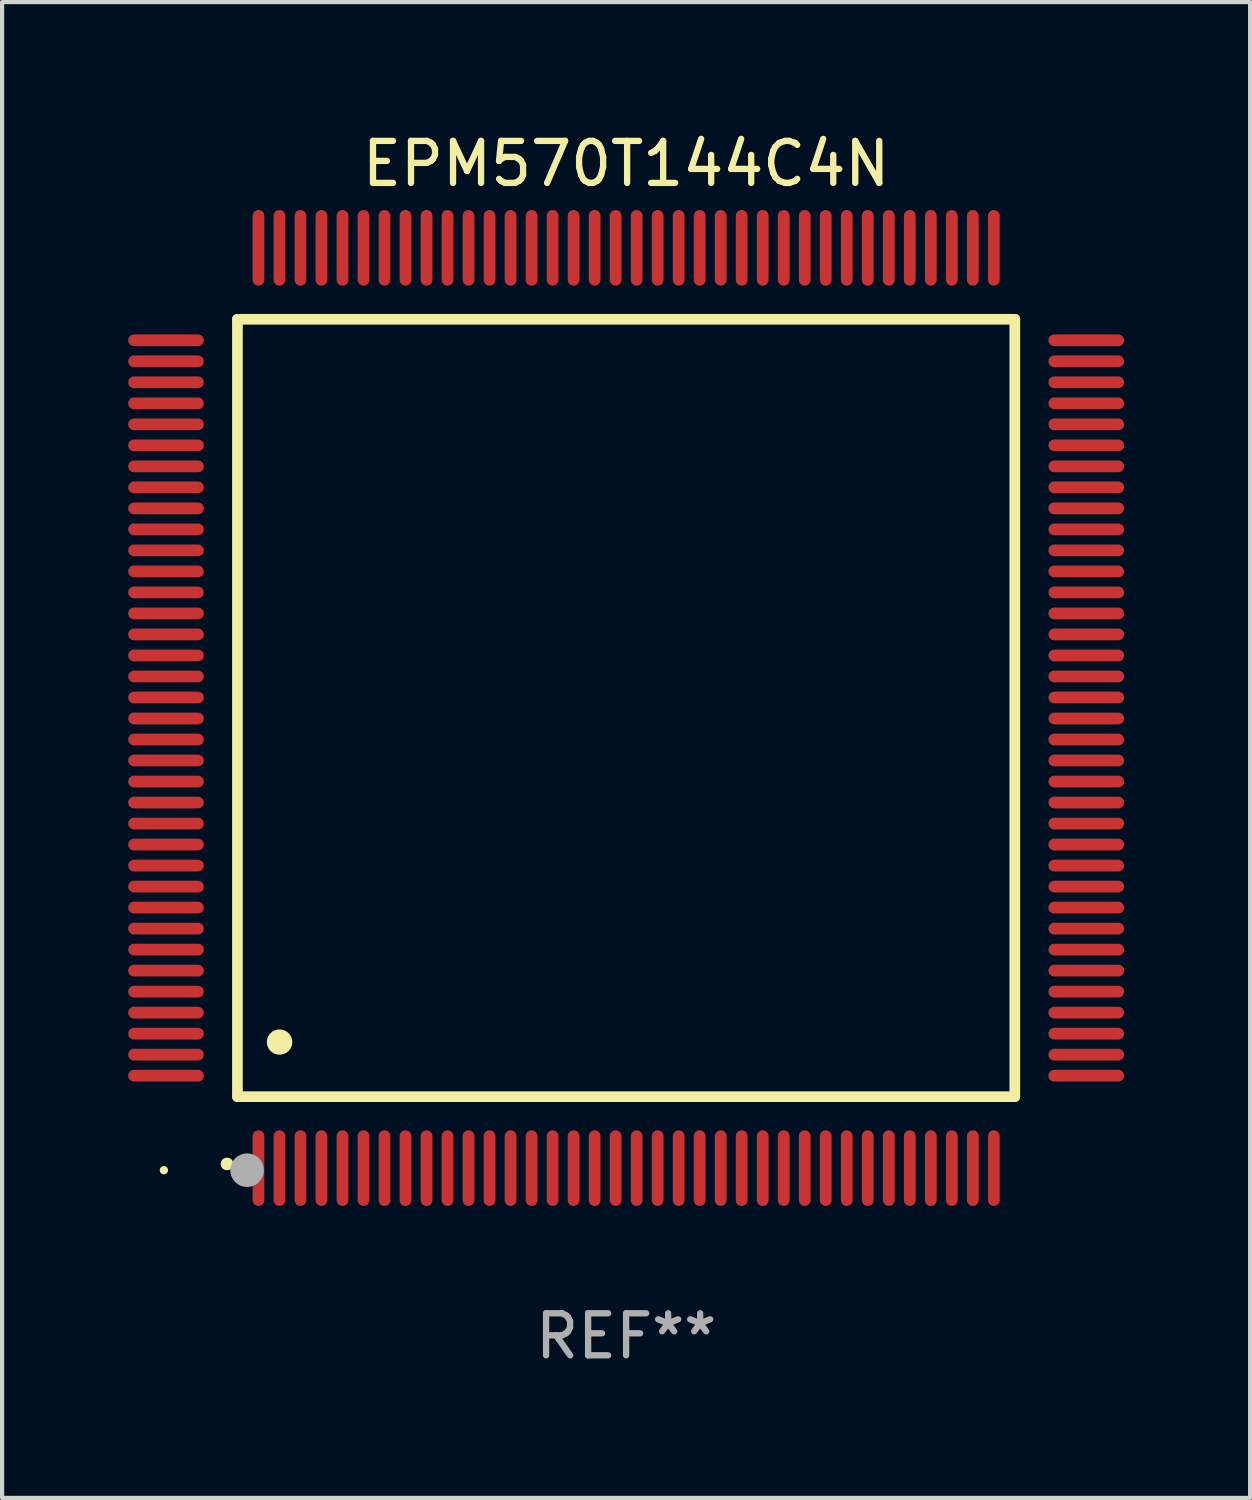
<source format=kicad_pcb>
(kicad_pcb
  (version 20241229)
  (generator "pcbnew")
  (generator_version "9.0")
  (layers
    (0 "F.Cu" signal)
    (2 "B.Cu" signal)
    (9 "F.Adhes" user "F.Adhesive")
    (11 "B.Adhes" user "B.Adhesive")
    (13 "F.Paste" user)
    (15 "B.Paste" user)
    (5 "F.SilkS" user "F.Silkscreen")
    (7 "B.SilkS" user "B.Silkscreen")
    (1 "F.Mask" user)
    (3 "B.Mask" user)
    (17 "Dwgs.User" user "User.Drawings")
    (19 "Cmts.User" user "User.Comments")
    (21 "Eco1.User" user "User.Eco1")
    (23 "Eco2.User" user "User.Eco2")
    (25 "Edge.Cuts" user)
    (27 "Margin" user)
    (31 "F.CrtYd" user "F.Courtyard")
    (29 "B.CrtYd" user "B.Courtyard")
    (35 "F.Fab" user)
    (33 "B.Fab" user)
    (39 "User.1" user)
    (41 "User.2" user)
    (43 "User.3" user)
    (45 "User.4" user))
  (footprint "EPM570T144C4N"
    (layer "F.Cu")
    (at 11.85 13.798)
    (property "Reference" "EPM570T144C4N" (at 0 -12.95 0) (layer "F.SilkS") (effects (font (size 1 1) (thickness 0.15))))
    (attr through_hole)
    (fp_line (start -9.25 -9.25) (end -9.25 9.25) (stroke (width 0.254) (type solid)) (layer "F.SilkS"))
    (fp_line (start -9.25 9.25) (end 9.25 9.25) (stroke (width 0.254) (type solid)) (layer "F.SilkS"))
    (fp_line (start 9.25 -9.25) (end -9.25 -9.25) (stroke (width 0.254) (type solid)) (layer "F.SilkS"))
    (fp_line (start 9.25 9.25) (end 9.25 -9.25) (stroke (width 0.254) (type solid)) (layer "F.SilkS"))
    (fp_arc (start -9.499619 10.850902) (mid -9.498349 10.850897) (end -9.497079 10.850902) (stroke (width 0.3) (type solid)) (layer "F.SilkS"))
    (fp_arc (start -8.249936 7.950216) (mid -8.247396 7.950205) (end -8.244856 7.950216) (stroke (width 0.6) (type solid)) (layer "F.SilkS"))
    (fp_circle (center -11 11) (end -10.95 11) (stroke (width 0.1) (type solid)) (fill no) (layer "F.SilkS"))
    (fp_circle (center -9.02 11) (end -8.82 11) (stroke (width 0.4) (type solid)) (fill no) (layer "F.Fab"))
    (fp_text user "REF**" (at 0 14.95 0) (layer "F.Fab") (effects (font (size 1 1) (thickness 0.15))))
    (pad "1" smd oval (at -8.75 10.95) (size 0.28 1.8) (layers "F.Cu" "F.Mask" "F.Paste"))
    (pad "2" smd oval (at -8.25 10.95) (size 0.28 1.8) (layers "F.Cu" "F.Mask" "F.Paste"))
    (pad "3" smd oval (at -7.75 10.95) (size 0.28 1.8) (layers "F.Cu" "F.Mask" "F.Paste"))
    (pad "4" smd oval (at -7.25 10.95) (size 0.28 1.8) (layers "F.Cu" "F.Mask" "F.Paste"))
    (pad "5" smd oval (at -6.75 10.95) (size 0.28 1.8) (layers "F.Cu" "F.Mask" "F.Paste"))
    (pad "6" smd oval (at -6.25 10.95) (size 0.28 1.8) (layers "F.Cu" "F.Mask" "F.Paste"))
    (pad "7" smd oval (at -5.75 10.95) (size 0.28 1.8) (layers "F.Cu" "F.Mask" "F.Paste"))
    (pad "8" smd oval (at -5.25 10.95) (size 0.28 1.8) (layers "F.Cu" "F.Mask" "F.Paste"))
    (pad "9" smd oval (at -4.75 10.95) (size 0.28 1.8) (layers "F.Cu" "F.Mask" "F.Paste"))
    (pad "10" smd oval (at -4.25 10.95) (size 0.28 1.8) (layers "F.Cu" "F.Mask" "F.Paste"))
    (pad "11" smd oval (at -3.75 10.95) (size 0.28 1.8) (layers "F.Cu" "F.Mask" "F.Paste"))
    (pad "12" smd oval (at -3.25 10.95) (size 0.28 1.8) (layers "F.Cu" "F.Mask" "F.Paste"))
    (pad "13" smd oval (at -2.75 10.95) (size 0.28 1.8) (layers "F.Cu" "F.Mask" "F.Paste"))
    (pad "14" smd oval (at -2.25 10.95) (size 0.28 1.8) (layers "F.Cu" "F.Mask" "F.Paste"))
    (pad "15" smd oval (at -1.75 10.95) (size 0.28 1.8) (layers "F.Cu" "F.Mask" "F.Paste"))
    (pad "16" smd oval (at -1.25 10.95) (size 0.28 1.8) (layers "F.Cu" "F.Mask" "F.Paste"))
    (pad "17" smd oval (at -0.75 10.95) (size 0.28 1.8) (layers "F.Cu" "F.Mask" "F.Paste"))
    (pad "18" smd oval (at -0.25 10.95) (size 0.28 1.8) (layers "F.Cu" "F.Mask" "F.Paste"))
    (pad "19" smd oval (at 0.25 10.95) (size 0.28 1.8) (layers "F.Cu" "F.Mask" "F.Paste"))
    (pad "20" smd oval (at 0.75 10.95) (size 0.28 1.8) (layers "F.Cu" "F.Mask" "F.Paste"))
    (pad "21" smd oval (at 1.25 10.95) (size 0.28 1.8) (layers "F.Cu" "F.Mask" "F.Paste"))
    (pad "22" smd oval (at 1.75 10.95) (size 0.28 1.8) (layers "F.Cu" "F.Mask" "F.Paste"))
    (pad "23" smd oval (at 2.25 10.95) (size 0.28 1.8) (layers "F.Cu" "F.Mask" "F.Paste"))
    (pad "24" smd oval (at 2.75 10.95) (size 0.28 1.8) (layers "F.Cu" "F.Mask" "F.Paste"))
    (pad "25" smd oval (at 3.25 10.95) (size 0.28 1.8) (layers "F.Cu" "F.Mask" "F.Paste"))
    (pad "26" smd oval (at 3.75 10.95) (size 0.28 1.8) (layers "F.Cu" "F.Mask" "F.Paste"))
    (pad "27" smd oval (at 4.25 10.95) (size 0.28 1.8) (layers "F.Cu" "F.Mask" "F.Paste"))
    (pad "28" smd oval (at 4.75 10.95) (size 0.28 1.8) (layers "F.Cu" "F.Mask" "F.Paste"))
    (pad "29" smd oval (at 5.25 10.95) (size 0.28 1.8) (layers "F.Cu" "F.Mask" "F.Paste"))
    (pad "30" smd oval (at 5.75 10.95) (size 0.28 1.8) (layers "F.Cu" "F.Mask" "F.Paste"))
    (pad "31" smd oval (at 6.25 10.95) (size 0.28 1.8) (layers "F.Cu" "F.Mask" "F.Paste"))
    (pad "32" smd oval (at 6.75 10.95) (size 0.28 1.8) (layers "F.Cu" "F.Mask" "F.Paste"))
    (pad "33" smd oval (at 7.25 10.95) (size 0.28 1.8) (layers "F.Cu" "F.Mask" "F.Paste"))
    (pad "34" smd oval (at 7.75 10.95) (size 0.28 1.8) (layers "F.Cu" "F.Mask" "F.Paste"))
    (pad "35" smd oval (at 8.25 10.95) (size 0.28 1.8) (layers "F.Cu" "F.Mask" "F.Paste"))
    (pad "36" smd oval (at 8.75 10.95) (size 0.28 1.8) (layers "F.Cu" "F.Mask" "F.Paste"))
    (pad "37" smd oval (at 10.95 8.75) (size 1.8 0.28) (layers "F.Cu" "F.Mask" "F.Paste"))
    (pad "38" smd oval (at 10.95 8.25) (size 1.8 0.28) (layers "F.Cu" "F.Mask" "F.Paste"))
    (pad "39" smd oval (at 10.95 7.75) (size 1.8 0.28) (layers "F.Cu" "F.Mask" "F.Paste"))
    (pad "40" smd oval (at 10.95 7.25) (size 1.8 0.28) (layers "F.Cu" "F.Mask" "F.Paste"))
    (pad "41" smd oval (at 10.95 6.75) (size 1.8 0.28) (layers "F.Cu" "F.Mask" "F.Paste"))
    (pad "42" smd oval (at 10.95 6.25) (size 1.8 0.28) (layers "F.Cu" "F.Mask" "F.Paste"))
    (pad "43" smd oval (at 10.95 5.75) (size 1.8 0.28) (layers "F.Cu" "F.Mask" "F.Paste"))
    (pad "44" smd oval (at 10.95 5.25) (size 1.8 0.28) (layers "F.Cu" "F.Mask" "F.Paste"))
    (pad "45" smd oval (at 10.95 4.75) (size 1.8 0.28) (layers "F.Cu" "F.Mask" "F.Paste"))
    (pad "46" smd oval (at 10.95 4.25) (size 1.8 0.28) (layers "F.Cu" "F.Mask" "F.Paste"))
    (pad "47" smd oval (at 10.95 3.75) (size 1.8 0.28) (layers "F.Cu" "F.Mask" "F.Paste"))
    (pad "48" smd oval (at 10.95 3.25) (size 1.8 0.28) (layers "F.Cu" "F.Mask" "F.Paste"))
    (pad "49" smd oval (at 10.95 2.75) (size 1.8 0.28) (layers "F.Cu" "F.Mask" "F.Paste"))
    (pad "50" smd oval (at 10.95 2.25) (size 1.8 0.28) (layers "F.Cu" "F.Mask" "F.Paste"))
    (pad "51" smd oval (at 10.95 1.75) (size 1.8 0.28) (layers "F.Cu" "F.Mask" "F.Paste"))
    (pad "52" smd oval (at 10.95 1.25) (size 1.8 0.28) (layers "F.Cu" "F.Mask" "F.Paste"))
    (pad "53" smd oval (at 10.95 0.75) (size 1.8 0.28) (layers "F.Cu" "F.Mask" "F.Paste"))
    (pad "54" smd oval (at 10.95 0.25) (size 1.8 0.28) (layers "F.Cu" "F.Mask" "F.Paste"))
    (pad "55" smd oval (at 10.95 -0.25) (size 1.8 0.28) (layers "F.Cu" "F.Mask" "F.Paste"))
    (pad "56" smd oval (at 10.95 -0.75) (size 1.8 0.28) (layers "F.Cu" "F.Mask" "F.Paste"))
    (pad "57" smd oval (at 10.95 -1.25) (size 1.8 0.28) (layers "F.Cu" "F.Mask" "F.Paste"))
    (pad "58" smd oval (at 10.95 -1.75) (size 1.8 0.28) (layers "F.Cu" "F.Mask" "F.Paste"))
    (pad "59" smd oval (at 10.95 -2.25) (size 1.8 0.28) (layers "F.Cu" "F.Mask" "F.Paste"))
    (pad "60" smd oval (at 10.95 -2.75) (size 1.8 0.28) (layers "F.Cu" "F.Mask" "F.Paste"))
    (pad "61" smd oval (at 10.95 -3.25) (size 1.8 0.28) (layers "F.Cu" "F.Mask" "F.Paste"))
    (pad "62" smd oval (at 10.95 -3.75) (size 1.8 0.28) (layers "F.Cu" "F.Mask" "F.Paste"))
    (pad "63" smd oval (at 10.95 -4.25) (size 1.8 0.28) (layers "F.Cu" "F.Mask" "F.Paste"))
    (pad "64" smd oval (at 10.95 -4.75) (size 1.8 0.28) (layers "F.Cu" "F.Mask" "F.Paste"))
    (pad "65" smd oval (at 10.95 -5.25) (size 1.8 0.28) (layers "F.Cu" "F.Mask" "F.Paste"))
    (pad "66" smd oval (at 10.95 -5.75) (size 1.8 0.28) (layers "F.Cu" "F.Mask" "F.Paste"))
    (pad "67" smd oval (at 10.95 -6.25) (size 1.8 0.28) (layers "F.Cu" "F.Mask" "F.Paste"))
    (pad "68" smd oval (at 10.95 -6.75) (size 1.8 0.28) (layers "F.Cu" "F.Mask" "F.Paste"))
    (pad "69" smd oval (at 10.95 -7.25) (size 1.8 0.28) (layers "F.Cu" "F.Mask" "F.Paste"))
    (pad "70" smd oval (at 10.95 -7.75) (size 1.8 0.28) (layers "F.Cu" "F.Mask" "F.Paste"))
    (pad "71" smd oval (at 10.95 -8.25) (size 1.8 0.28) (layers "F.Cu" "F.Mask" "F.Paste"))
    (pad "72" smd oval (at 10.95 -8.75) (size 1.8 0.28) (layers "F.Cu" "F.Mask" "F.Paste"))
    (pad "73" smd oval (at 8.75 -10.95) (size 0.28 1.8) (layers "F.Cu" "F.Mask" "F.Paste"))
    (pad "74" smd oval (at 8.25 -10.95) (size 0.28 1.8) (layers "F.Cu" "F.Mask" "F.Paste"))
    (pad "75" smd oval (at 7.75 -10.95) (size 0.28 1.8) (layers "F.Cu" "F.Mask" "F.Paste"))
    (pad "76" smd oval (at 7.25 -10.95) (size 0.28 1.8) (layers "F.Cu" "F.Mask" "F.Paste"))
    (pad "77" smd oval (at 6.75 -10.95) (size 0.28 1.8) (layers "F.Cu" "F.Mask" "F.Paste"))
    (pad "78" smd oval (at 6.25 -10.95) (size 0.28 1.8) (layers "F.Cu" "F.Mask" "F.Paste"))
    (pad "79" smd oval (at 5.75 -10.95) (size 0.28 1.8) (layers "F.Cu" "F.Mask" "F.Paste"))
    (pad "80" smd oval (at 5.25 -10.95) (size 0.28 1.8) (layers "F.Cu" "F.Mask" "F.Paste"))
    (pad "81" smd oval (at 4.75 -10.95) (size 0.28 1.8) (layers "F.Cu" "F.Mask" "F.Paste"))
    (pad "82" smd oval (at 4.25 -10.95) (size 0.28 1.8) (layers "F.Cu" "F.Mask" "F.Paste"))
    (pad "83" smd oval (at 3.75 -10.95) (size 0.28 1.8) (layers "F.Cu" "F.Mask" "F.Paste"))
    (pad "84" smd oval (at 3.25 -10.95) (size 0.28 1.8) (layers "F.Cu" "F.Mask" "F.Paste"))
    (pad "85" smd oval (at 2.75 -10.95) (size 0.28 1.8) (layers "F.Cu" "F.Mask" "F.Paste"))
    (pad "86" smd oval (at 2.25 -10.95) (size 0.28 1.8) (layers "F.Cu" "F.Mask" "F.Paste"))
    (pad "87" smd oval (at 1.75 -10.95) (size 0.28 1.8) (layers "F.Cu" "F.Mask" "F.Paste"))
    (pad "88" smd oval (at 1.25 -10.95) (size 0.28 1.8) (layers "F.Cu" "F.Mask" "F.Paste"))
    (pad "89" smd oval (at 0.75 -10.95) (size 0.28 1.8) (layers "F.Cu" "F.Mask" "F.Paste"))
    (pad "90" smd oval (at 0.25 -10.95) (size 0.28 1.8) (layers "F.Cu" "F.Mask" "F.Paste"))
    (pad "91" smd oval (at -0.25 -10.95) (size 0.28 1.8) (layers "F.Cu" "F.Mask" "F.Paste"))
    (pad "92" smd oval (at -0.75 -10.95) (size 0.28 1.8) (layers "F.Cu" "F.Mask" "F.Paste"))
    (pad "93" smd oval (at -1.25 -10.95) (size 0.28 1.8) (layers "F.Cu" "F.Mask" "F.Paste"))
    (pad "94" smd oval (at -1.75 -10.95) (size 0.28 1.8) (layers "F.Cu" "F.Mask" "F.Paste"))
    (pad "95" smd oval (at -2.25 -10.95) (size 0.28 1.8) (layers "F.Cu" "F.Mask" "F.Paste"))
    (pad "96" smd oval (at -2.75 -10.95) (size 0.28 1.8) (layers "F.Cu" "F.Mask" "F.Paste"))
    (pad "97" smd oval (at -3.25 -10.95) (size 0.28 1.8) (layers "F.Cu" "F.Mask" "F.Paste"))
    (pad "98" smd oval (at -3.75 -10.95) (size 0.28 1.8) (layers "F.Cu" "F.Mask" "F.Paste"))
    (pad "99" smd oval (at -4.25 -10.95) (size 0.28 1.8) (layers "F.Cu" "F.Mask" "F.Paste"))
    (pad "100" smd oval (at -4.75 -10.95) (size 0.28 1.8) (layers "F.Cu" "F.Mask" "F.Paste"))
    (pad "101" smd oval (at -5.25 -10.95) (size 0.28 1.8) (layers "F.Cu" "F.Mask" "F.Paste"))
    (pad "102" smd oval (at -5.75 -10.95) (size 0.28 1.8) (layers "F.Cu" "F.Mask" "F.Paste"))
    (pad "103" smd oval (at -6.25 -10.95) (size 0.28 1.8) (layers "F.Cu" "F.Mask" "F.Paste"))
    (pad "104" smd oval (at -6.75 -10.95) (size 0.28 1.8) (layers "F.Cu" "F.Mask" "F.Paste"))
    (pad "105" smd oval (at -7.25 -10.95) (size 0.28 1.8) (layers "F.Cu" "F.Mask" "F.Paste"))
    (pad "106" smd oval (at -7.75 -10.95) (size 0.28 1.8) (layers "F.Cu" "F.Mask" "F.Paste"))
    (pad "107" smd oval (at -8.25 -10.95) (size 0.28 1.8) (layers "F.Cu" "F.Mask" "F.Paste"))
    (pad "108" smd oval (at -8.75 -10.95) (size 0.28 1.8) (layers "F.Cu" "F.Mask" "F.Paste"))
    (pad "109" smd oval (at -10.95 -8.75) (size 1.8 0.28) (layers "F.Cu" "F.Mask" "F.Paste"))
    (pad "110" smd oval (at -10.95 -8.25) (size 1.8 0.28) (layers "F.Cu" "F.Mask" "F.Paste"))
    (pad "111" smd oval (at -10.95 -7.75) (size 1.8 0.28) (layers "F.Cu" "F.Mask" "F.Paste"))
    (pad "112" smd oval (at -10.95 -7.25) (size 1.8 0.28) (layers "F.Cu" "F.Mask" "F.Paste"))
    (pad "113" smd oval (at -10.95 -6.75) (size 1.8 0.28) (layers "F.Cu" "F.Mask" "F.Paste"))
    (pad "114" smd oval (at -10.95 -6.25) (size 1.8 0.28) (layers "F.Cu" "F.Mask" "F.Paste"))
    (pad "115" smd oval (at -10.95 -5.75) (size 1.8 0.28) (layers "F.Cu" "F.Mask" "F.Paste"))
    (pad "116" smd oval (at -10.95 -5.25) (size 1.8 0.28) (layers "F.Cu" "F.Mask" "F.Paste"))
    (pad "117" smd oval (at -10.95 -4.75) (size 1.8 0.28) (layers "F.Cu" "F.Mask" "F.Paste"))
    (pad "118" smd oval (at -10.95 -4.25) (size 1.8 0.28) (layers "F.Cu" "F.Mask" "F.Paste"))
    (pad "119" smd oval (at -10.95 -3.75) (size 1.8 0.28) (layers "F.Cu" "F.Mask" "F.Paste"))
    (pad "120" smd oval (at -10.95 -3.25) (size 1.8 0.28) (layers "F.Cu" "F.Mask" "F.Paste"))
    (pad "121" smd oval (at -10.95 -2.75) (size 1.8 0.28) (layers "F.Cu" "F.Mask" "F.Paste"))
    (pad "122" smd oval (at -10.95 -2.25) (size 1.8 0.28) (layers "F.Cu" "F.Mask" "F.Paste"))
    (pad "123" smd oval (at -10.95 -1.75) (size 1.8 0.28) (layers "F.Cu" "F.Mask" "F.Paste"))
    (pad "124" smd oval (at -10.95 -1.25) (size 1.8 0.28) (layers "F.Cu" "F.Mask" "F.Paste"))
    (pad "125" smd oval (at -10.95 -0.75) (size 1.8 0.28) (layers "F.Cu" "F.Mask" "F.Paste"))
    (pad "126" smd oval (at -10.95 -0.25) (size 1.8 0.28) (layers "F.Cu" "F.Mask" "F.Paste"))
    (pad "127" smd oval (at -10.95 0.25) (size 1.8 0.28) (layers "F.Cu" "F.Mask" "F.Paste"))
    (pad "128" smd oval (at -10.95 0.75) (size 1.8 0.28) (layers "F.Cu" "F.Mask" "F.Paste"))
    (pad "129" smd oval (at -10.95 1.25) (size 1.8 0.28) (layers "F.Cu" "F.Mask" "F.Paste"))
    (pad "130" smd oval (at -10.95 1.75) (size 1.8 0.28) (layers "F.Cu" "F.Mask" "F.Paste"))
    (pad "131" smd oval (at -10.95 2.25) (size 1.8 0.28) (layers "F.Cu" "F.Mask" "F.Paste"))
    (pad "132" smd oval (at -10.95 2.75) (size 1.8 0.28) (layers "F.Cu" "F.Mask" "F.Paste"))
    (pad "133" smd oval (at -10.95 3.25) (size 1.8 0.28) (layers "F.Cu" "F.Mask" "F.Paste"))
    (pad "134" smd oval (at -10.95 3.75) (size 1.8 0.28) (layers "F.Cu" "F.Mask" "F.Paste"))
    (pad "135" smd oval (at -10.95 4.25) (size 1.8 0.28) (layers "F.Cu" "F.Mask" "F.Paste"))
    (pad "136" smd oval (at -10.95 4.75) (size 1.8 0.28) (layers "F.Cu" "F.Mask" "F.Paste"))
    (pad "137" smd oval (at -10.95 5.25) (size 1.8 0.28) (layers "F.Cu" "F.Mask" "F.Paste"))
    (pad "138" smd oval (at -10.95 5.75) (size 1.8 0.28) (layers "F.Cu" "F.Mask" "F.Paste"))
    (pad "139" smd oval (at -10.95 6.25) (size 1.8 0.28) (layers "F.Cu" "F.Mask" "F.Paste"))
    (pad "140" smd oval (at -10.95 6.75) (size 1.8 0.28) (layers "F.Cu" "F.Mask" "F.Paste"))
    (pad "141" smd oval (at -10.95 7.25) (size 1.8 0.28) (layers "F.Cu" "F.Mask" "F.Paste"))
    (pad "142" smd oval (at -10.95 7.75) (size 1.8 0.28) (layers "F.Cu" "F.Mask" "F.Paste"))
    (pad "143" smd oval (at -10.95 8.25) (size 1.8 0.28) (layers "F.Cu" "F.Mask" "F.Paste"))
    (pad "144" smd oval (at -10.95 8.75) (size 1.8 0.28) (layers "F.Cu" "F.Mask" "F.Paste")))
  (gr_rect
    (start -3 -3)
    (end 26.7 32.596)
    (stroke (width 0.1) (type default))
    (fill no)
    (layer "Edge.Cuts")))
</source>
